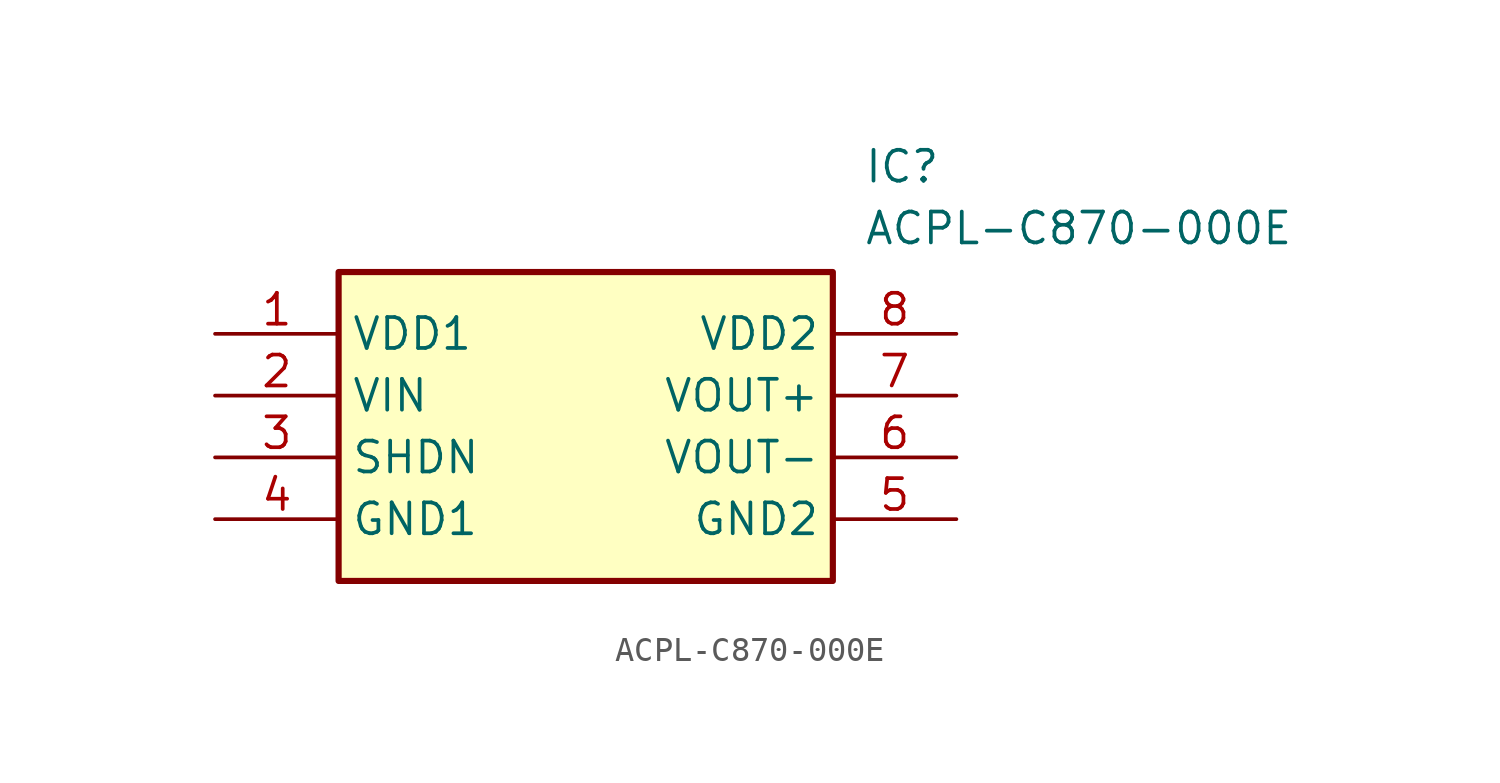
<source format=kicad_sym>
(kicad_symbol_lib
  (version 20211014)
  (generator SamacSys_ECAD_Model)
  (symbol "ACPL-C870-000E"
    (property "Reference" "IC"
      (at 26.67 7.62 0)
      (effects (font (size 1.27 1.27)) (justify left top)))
    (property "Value" "ACPL-C870-000E"
      (at 26.67 5.08 0)
      (effects (font (size 1.27 1.27)) (justify left top)))
    (rectangle
      (start 5.08 2.54)
      (end 25.4 -10.16)
      (stroke (width 0.254) (type default))
      (fill (type background)))
    (pin passive line
      (at 0 0 0)
      (length 5.08)
      (name "VDD1" (effects (font (size 1.27 1.27))))
      (number "1" (effects (font (size 1.27 1.27)))))
    (pin passive line
      (at 0 -2.54 0)
      (length 5.08)
      (name "VIN" (effects (font (size 1.27 1.27))))
      (number "2" (effects (font (size 1.27 1.27)))))
    (pin passive line
      (at 0 -5.08 0)
      (length 5.08)
      (name "SHDN" (effects (font (size 1.27 1.27))))
      (number "3" (effects (font (size 1.27 1.27)))))
    (pin passive line
      (at 0 -7.62 0)
      (length 5.08)
      (name "GND1" (effects (font (size 1.27 1.27))))
      (number "4" (effects (font (size 1.27 1.27)))))
    (pin passive line
      (at 30.48 0 180)
      (length 5.08)
      (name "VDD2" (effects (font (size 1.27 1.27))))
      (number "8" (effects (font (size 1.27 1.27)))))
    (pin passive line
      (at 30.48 -2.54 180)
      (length 5.08)
      (name "VOUT+" (effects (font (size 1.27 1.27))))
      (number "7" (effects (font (size 1.27 1.27)))))
    (pin passive line
      (at 30.48 -5.08 180)
      (length 5.08)
      (name "VOUT-" (effects (font (size 1.27 1.27))))
      (number "6" (effects (font (size 1.27 1.27)))))
    (pin passive line
      (at 30.48 -7.62 180)
      (length 5.08)
      (name "GND2" (effects (font (size 1.27 1.27))))
      (number "5" (effects (font (size 1.27 1.27)))))))
</source>
